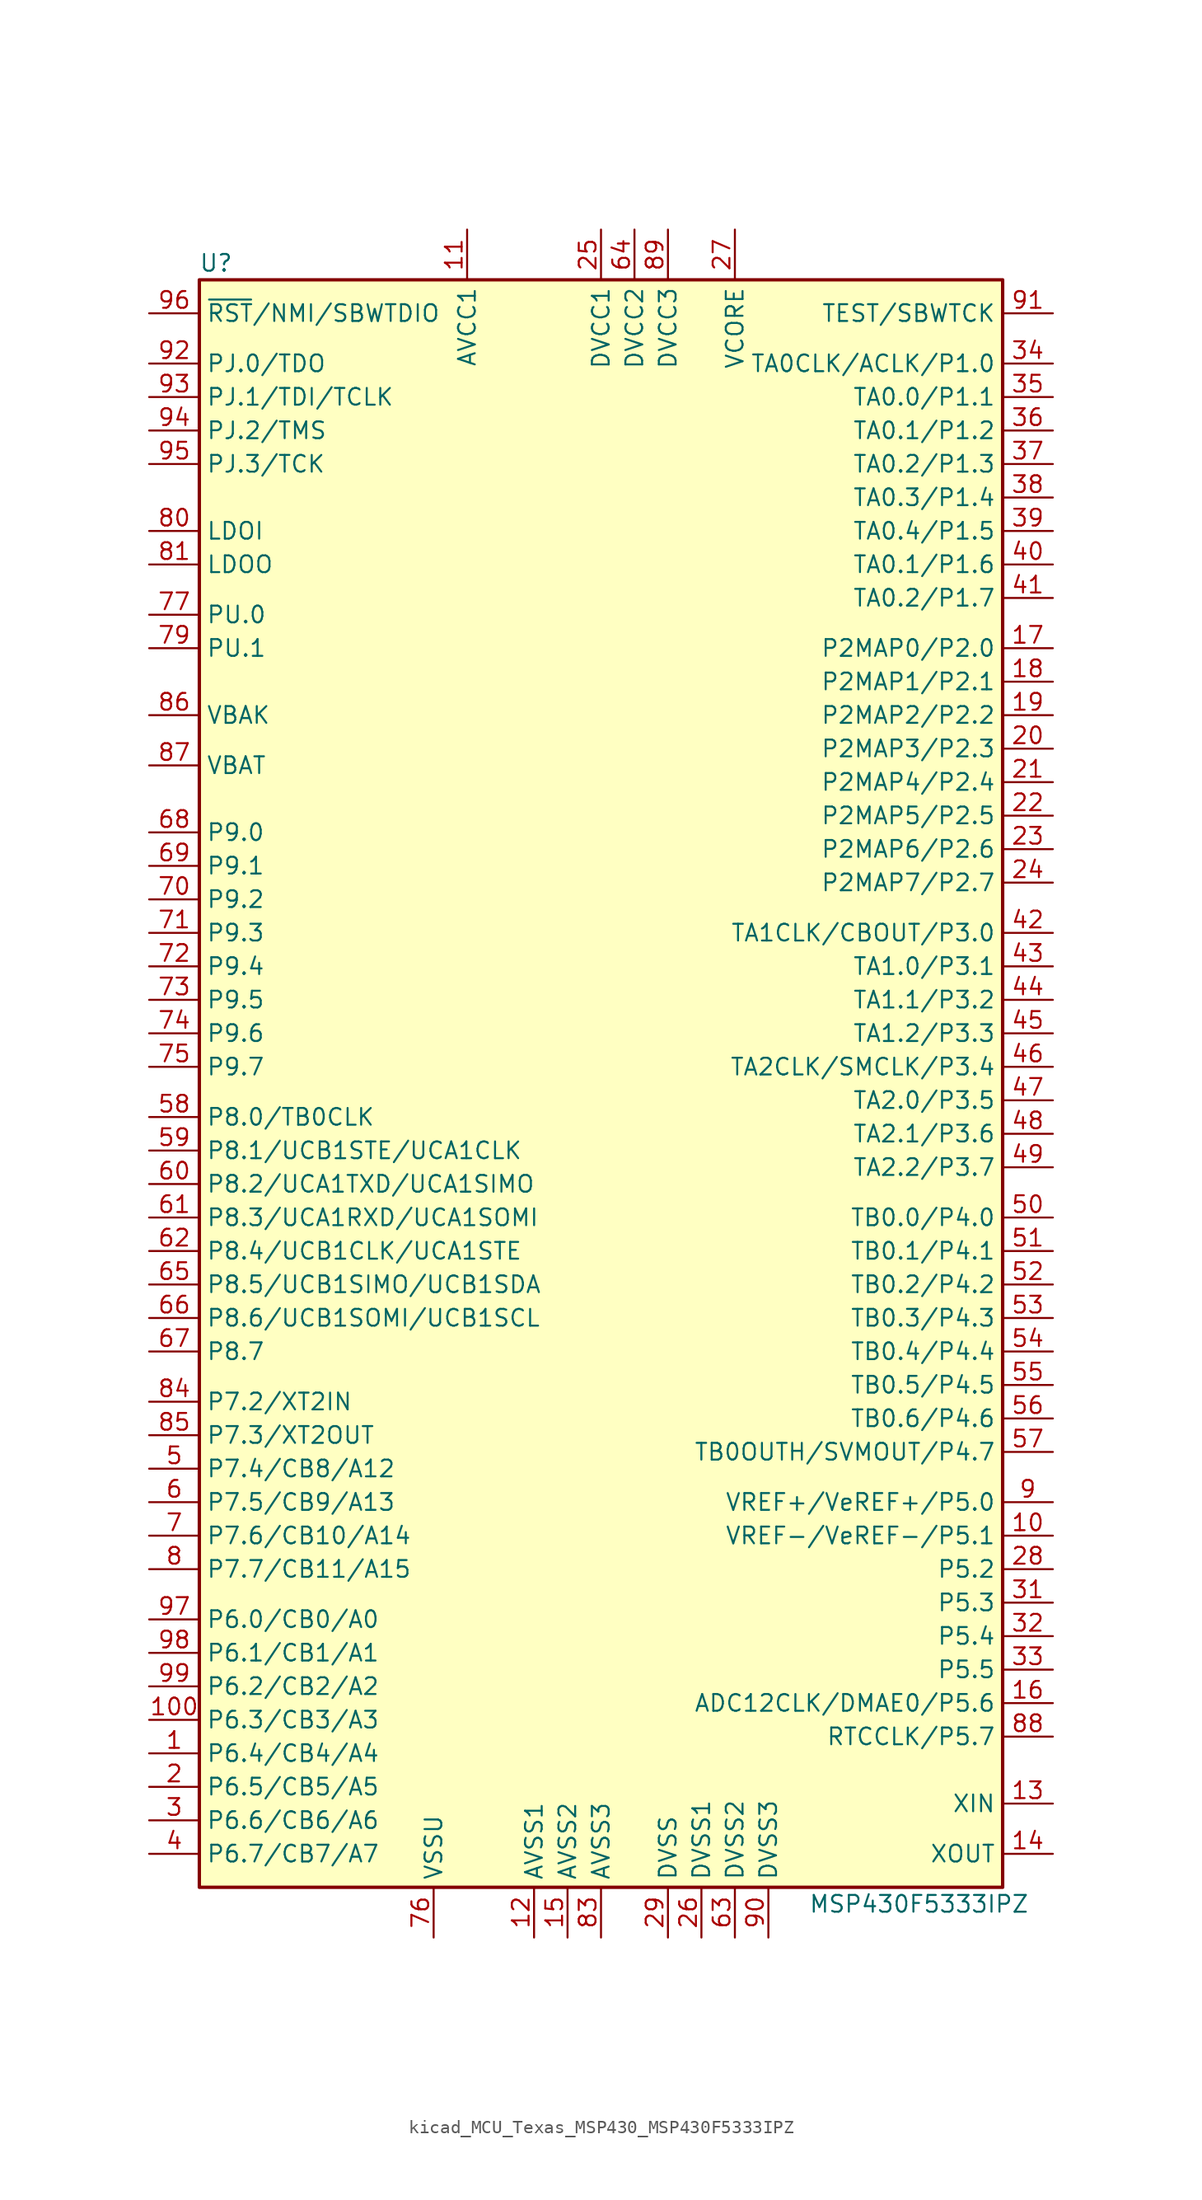
<source format=kicad_sym>
(kicad_symbol_lib
  (version 20220914)
  (generator kicad_symbol_editor)
  (symbol "kicad_MCU_Texas_MSP430_MSP430F5333IPZ"
    (property "Reference" "U"
      (at -29.21 60.96 0)
      (effects (font (size 1.27 1.27))))
    (property "Value" "MSP430F5333IPZ"
      (at 24.13 -63.5 0)
      (effects (font (size 1.27 1.27))))
    (symbol "kicad_MCU_Texas_MSP430_MSP430F5333IPZ_0_1"
      (rectangle (start -30.48 59.69) (end 30.48 -62.23) (stroke (width 0.254) (type default)) (fill (type background))))
    (symbol "kicad_MCU_Texas_MSP430_MSP430F5333IPZ_1_1"
      (pin bidirectional line (at -34.29 -52.07 0) (length 3.81) (name "P6.4/CB4/A4" (effects (font (size 1.27 1.27)))) (number "1" (effects (font (size 1.27 1.27)))))
      (pin bidirectional line (at 34.29 -35.56 180) (length 3.81) (name "VREF-/VeREF-/P5.1" (effects (font (size 1.27 1.27)))) (number "10" (effects (font (size 1.27 1.27)))))
      (pin bidirectional line (at -34.29 -49.53 0) (length 3.81) (name "P6.3/CB3/A3" (effects (font (size 1.27 1.27)))) (number "100" (effects (font (size 1.27 1.27)))))
      (pin power_in line (at -10.16 63.5 270) (length 3.81) (name "AVCC1" (effects (font (size 1.27 1.27)))) (number "11" (effects (font (size 1.27 1.27)))))
      (pin power_in line (at -5.08 -66.04 90) (length 3.81) (name "AVSS1" (effects (font (size 1.27 1.27)))) (number "12" (effects (font (size 1.27 1.27)))))
      (pin bidirectional line (at 34.29 -55.88 180) (length 3.81) (name "XIN" (effects (font (size 1.27 1.27)))) (number "13" (effects (font (size 1.27 1.27)))))
      (pin bidirectional line (at 34.29 -59.69 180) (length 3.81) (name "XOUT" (effects (font (size 1.27 1.27)))) (number "14" (effects (font (size 1.27 1.27)))))
      (pin power_in line (at -2.54 -66.04 90) (length 3.81) (name "AVSS2" (effects (font (size 1.27 1.27)))) (number "15" (effects (font (size 1.27 1.27)))))
      (pin bidirectional line (at 34.29 -48.26 180) (length 3.81) (name "ADC12CLK/DMAE0/P5.6" (effects (font (size 1.27 1.27)))) (number "16" (effects (font (size 1.27 1.27)))))
      (pin bidirectional line (at 34.29 31.75 180) (length 3.81) (name "P2MAP0/P2.0" (effects (font (size 1.27 1.27)))) (number "17" (effects (font (size 1.27 1.27)))))
      (pin bidirectional line (at 34.29 29.21 180) (length 3.81) (name "P2MAP1/P2.1" (effects (font (size 1.27 1.27)))) (number "18" (effects (font (size 1.27 1.27)))))
      (pin bidirectional line (at 34.29 26.67 180) (length 3.81) (name "P2MAP2/P2.2" (effects (font (size 1.27 1.27)))) (number "19" (effects (font (size 1.27 1.27)))))
      (pin bidirectional line (at -34.29 -54.61 0) (length 3.81) (name "P6.5/CB5/A5" (effects (font (size 1.27 1.27)))) (number "2" (effects (font (size 1.27 1.27)))))
      (pin bidirectional line (at 34.29 24.13 180) (length 3.81) (name "P2MAP3/P2.3" (effects (font (size 1.27 1.27)))) (number "20" (effects (font (size 1.27 1.27)))))
      (pin bidirectional line (at 34.29 21.59 180) (length 3.81) (name "P2MAP4/P2.4" (effects (font (size 1.27 1.27)))) (number "21" (effects (font (size 1.27 1.27)))))
      (pin bidirectional line (at 34.29 19.05 180) (length 3.81) (name "P2MAP5/P2.5" (effects (font (size 1.27 1.27)))) (number "22" (effects (font (size 1.27 1.27)))))
      (pin bidirectional line (at 34.29 16.51 180) (length 3.81) (name "P2MAP6/P2.6" (effects (font (size 1.27 1.27)))) (number "23" (effects (font (size 1.27 1.27)))))
      (pin bidirectional line (at 34.29 13.97 180) (length 3.81) (name "P2MAP7/P2.7" (effects (font (size 1.27 1.27)))) (number "24" (effects (font (size 1.27 1.27)))))
      (pin power_in line (at 0 63.5 270) (length 3.81) (name "DVCC1" (effects (font (size 1.27 1.27)))) (number "25" (effects (font (size 1.27 1.27)))))
      (pin power_in line (at 7.62 -66.04 90) (length 3.81) (name "DVSS1" (effects (font (size 1.27 1.27)))) (number "26" (effects (font (size 1.27 1.27)))))
      (pin bidirectional line (at 10.16 63.5 270) (length 3.81) (name "VCORE" (effects (font (size 1.27 1.27)))) (number "27" (effects (font (size 1.27 1.27)))))
      (pin bidirectional line (at 34.29 -38.1 180) (length 3.81) (name "P5.2" (effects (font (size 1.27 1.27)))) (number "28" (effects (font (size 1.27 1.27)))))
      (pin power_in line (at 5.08 -66.04 90) (length 3.81) (name "DVSS" (effects (font (size 1.27 1.27)))) (number "29" (effects (font (size 1.27 1.27)))))
      (pin bidirectional line (at -34.29 -57.15 0) (length 3.81) (name "P6.6/CB6/A6" (effects (font (size 1.27 1.27)))) (number "3" (effects (font (size 1.27 1.27)))))
      (pin bidirectional line (at 34.29 -40.64 180) (length 3.81) (name "P5.3" (effects (font (size 1.27 1.27)))) (number "31" (effects (font (size 1.27 1.27)))))
      (pin bidirectional line (at 34.29 -43.18 180) (length 3.81) (name "P5.4" (effects (font (size 1.27 1.27)))) (number "32" (effects (font (size 1.27 1.27)))))
      (pin bidirectional line (at 34.29 -45.72 180) (length 3.81) (name "P5.5" (effects (font (size 1.27 1.27)))) (number "33" (effects (font (size 1.27 1.27)))))
      (pin bidirectional line (at 34.29 53.34 180) (length 3.81) (name "TA0CLK/ACLK/P1.0" (effects (font (size 1.27 1.27)))) (number "34" (effects (font (size 1.27 1.27)))))
      (pin bidirectional line (at 34.29 50.8 180) (length 3.81) (name "TA0.0/P1.1" (effects (font (size 1.27 1.27)))) (number "35" (effects (font (size 1.27 1.27)))))
      (pin bidirectional line (at 34.29 48.26 180) (length 3.81) (name "TA0.1/P1.2" (effects (font (size 1.27 1.27)))) (number "36" (effects (font (size 1.27 1.27)))))
      (pin bidirectional line (at 34.29 45.72 180) (length 3.81) (name "TA0.2/P1.3" (effects (font (size 1.27 1.27)))) (number "37" (effects (font (size 1.27 1.27)))))
      (pin bidirectional line (at 34.29 43.18 180) (length 3.81) (name "TA0.3/P1.4" (effects (font (size 1.27 1.27)))) (number "38" (effects (font (size 1.27 1.27)))))
      (pin bidirectional line (at 34.29 40.64 180) (length 3.81) (name "TA0.4/P1.5" (effects (font (size 1.27 1.27)))) (number "39" (effects (font (size 1.27 1.27)))))
      (pin bidirectional line (at -34.29 -59.69 0) (length 3.81) (name "P6.7/CB7/A7" (effects (font (size 1.27 1.27)))) (number "4" (effects (font (size 1.27 1.27)))))
      (pin bidirectional line (at 34.29 38.1 180) (length 3.81) (name "TA0.1/P1.6" (effects (font (size 1.27 1.27)))) (number "40" (effects (font (size 1.27 1.27)))))
      (pin bidirectional line (at 34.29 35.56 180) (length 3.81) (name "TA0.2/P1.7" (effects (font (size 1.27 1.27)))) (number "41" (effects (font (size 1.27 1.27)))))
      (pin bidirectional line (at 34.29 10.16 180) (length 3.81) (name "TA1CLK/CBOUT/P3.0" (effects (font (size 1.27 1.27)))) (number "42" (effects (font (size 1.27 1.27)))))
      (pin bidirectional line (at 34.29 7.62 180) (length 3.81) (name "TA1.0/P3.1" (effects (font (size 1.27 1.27)))) (number "43" (effects (font (size 1.27 1.27)))))
      (pin bidirectional line (at 34.29 5.08 180) (length 3.81) (name "TA1.1/P3.2" (effects (font (size 1.27 1.27)))) (number "44" (effects (font (size 1.27 1.27)))))
      (pin bidirectional line (at 34.29 2.54 180) (length 3.81) (name "TA1.2/P3.3" (effects (font (size 1.27 1.27)))) (number "45" (effects (font (size 1.27 1.27)))))
      (pin bidirectional line (at 34.29 0 180) (length 3.81) (name "TA2CLK/SMCLK/P3.4" (effects (font (size 1.27 1.27)))) (number "46" (effects (font (size 1.27 1.27)))))
      (pin bidirectional line (at 34.29 -2.54 180) (length 3.81) (name "TA2.0/P3.5" (effects (font (size 1.27 1.27)))) (number "47" (effects (font (size 1.27 1.27)))))
      (pin bidirectional line (at 34.29 -5.08 180) (length 3.81) (name "TA2.1/P3.6" (effects (font (size 1.27 1.27)))) (number "48" (effects (font (size 1.27 1.27)))))
      (pin bidirectional line (at 34.29 -7.62 180) (length 3.81) (name "TA2.2/P3.7" (effects (font (size 1.27 1.27)))) (number "49" (effects (font (size 1.27 1.27)))))
      (pin bidirectional line (at -34.29 -30.48 0) (length 3.81) (name "P7.4/CB8/A12" (effects (font (size 1.27 1.27)))) (number "5" (effects (font (size 1.27 1.27)))))
      (pin bidirectional line (at 34.29 -11.43 180) (length 3.81) (name "TB0.0/P4.0" (effects (font (size 1.27 1.27)))) (number "50" (effects (font (size 1.27 1.27)))))
      (pin bidirectional line (at 34.29 -13.97 180) (length 3.81) (name "TB0.1/P4.1" (effects (font (size 1.27 1.27)))) (number "51" (effects (font (size 1.27 1.27)))))
      (pin bidirectional line (at 34.29 -16.51 180) (length 3.81) (name "TB0.2/P4.2" (effects (font (size 1.27 1.27)))) (number "52" (effects (font (size 1.27 1.27)))))
      (pin bidirectional line (at 34.29 -19.05 180) (length 3.81) (name "TB0.3/P4.3" (effects (font (size 1.27 1.27)))) (number "53" (effects (font (size 1.27 1.27)))))
      (pin bidirectional line (at 34.29 -21.59 180) (length 3.81) (name "TB0.4/P4.4" (effects (font (size 1.27 1.27)))) (number "54" (effects (font (size 1.27 1.27)))))
      (pin bidirectional line (at 34.29 -24.13 180) (length 3.81) (name "TB0.5/P4.5" (effects (font (size 1.27 1.27)))) (number "55" (effects (font (size 1.27 1.27)))))
      (pin bidirectional line (at 34.29 -26.67 180) (length 3.81) (name "TB0.6/P4.6" (effects (font (size 1.27 1.27)))) (number "56" (effects (font (size 1.27 1.27)))))
      (pin bidirectional line (at 34.29 -29.21 180) (length 3.81) (name "TB0OUTH/SVMOUT/P4.7" (effects (font (size 1.27 1.27)))) (number "57" (effects (font (size 1.27 1.27)))))
      (pin bidirectional line (at -34.29 -3.81 0) (length 3.81) (name "P8.0/TB0CLK" (effects (font (size 1.27 1.27)))) (number "58" (effects (font (size 1.27 1.27)))))
      (pin bidirectional line (at -34.29 -6.35 0) (length 3.81) (name "P8.1/UCB1STE/UCA1CLK" (effects (font (size 1.27 1.27)))) (number "59" (effects (font (size 1.27 1.27)))))
      (pin bidirectional line (at -34.29 -33.02 0) (length 3.81) (name "P7.5/CB9/A13" (effects (font (size 1.27 1.27)))) (number "6" (effects (font (size 1.27 1.27)))))
      (pin bidirectional line (at -34.29 -8.89 0) (length 3.81) (name "P8.2/UCA1TXD/UCA1SIMO" (effects (font (size 1.27 1.27)))) (number "60" (effects (font (size 1.27 1.27)))))
      (pin bidirectional line (at -34.29 -11.43 0) (length 3.81) (name "P8.3/UCA1RXD/UCA1SOMI" (effects (font (size 1.27 1.27)))) (number "61" (effects (font (size 1.27 1.27)))))
      (pin bidirectional line (at -34.29 -13.97 0) (length 3.81) (name "P8.4/UCB1CLK/UCA1STE" (effects (font (size 1.27 1.27)))) (number "62" (effects (font (size 1.27 1.27)))))
      (pin power_in line (at 10.16 -66.04 90) (length 3.81) (name "DVSS2" (effects (font (size 1.27 1.27)))) (number "63" (effects (font (size 1.27 1.27)))))
      (pin power_in line (at 2.54 63.5 270) (length 3.81) (name "DVCC2" (effects (font (size 1.27 1.27)))) (number "64" (effects (font (size 1.27 1.27)))))
      (pin bidirectional line (at -34.29 -16.51 0) (length 3.81) (name "P8.5/UCB1SIMO/UCB1SDA" (effects (font (size 1.27 1.27)))) (number "65" (effects (font (size 1.27 1.27)))))
      (pin bidirectional line (at -34.29 -19.05 0) (length 3.81) (name "P8.6/UCB1SOMI/UCB1SCL" (effects (font (size 1.27 1.27)))) (number "66" (effects (font (size 1.27 1.27)))))
      (pin bidirectional line (at -34.29 -21.59 0) (length 3.81) (name "P8.7" (effects (font (size 1.27 1.27)))) (number "67" (effects (font (size 1.27 1.27)))))
      (pin bidirectional line (at -34.29 17.78 0) (length 3.81) (name "P9.0" (effects (font (size 1.27 1.27)))) (number "68" (effects (font (size 1.27 1.27)))))
      (pin bidirectional line (at -34.29 15.24 0) (length 3.81) (name "P9.1" (effects (font (size 1.27 1.27)))) (number "69" (effects (font (size 1.27 1.27)))))
      (pin bidirectional line (at -34.29 -35.56 0) (length 3.81) (name "P7.6/CB10/A14" (effects (font (size 1.27 1.27)))) (number "7" (effects (font (size 1.27 1.27)))))
      (pin bidirectional line (at -34.29 12.7 0) (length 3.81) (name "P9.2" (effects (font (size 1.27 1.27)))) (number "70" (effects (font (size 1.27 1.27)))))
      (pin bidirectional line (at -34.29 10.16 0) (length 3.81) (name "P9.3" (effects (font (size 1.27 1.27)))) (number "71" (effects (font (size 1.27 1.27)))))
      (pin bidirectional line (at -34.29 7.62 0) (length 3.81) (name "P9.4" (effects (font (size 1.27 1.27)))) (number "72" (effects (font (size 1.27 1.27)))))
      (pin bidirectional line (at -34.29 5.08 0) (length 3.81) (name "P9.5" (effects (font (size 1.27 1.27)))) (number "73" (effects (font (size 1.27 1.27)))))
      (pin bidirectional line (at -34.29 2.54 0) (length 3.81) (name "P9.6" (effects (font (size 1.27 1.27)))) (number "74" (effects (font (size 1.27 1.27)))))
      (pin bidirectional line (at -34.29 0 0) (length 3.81) (name "P9.7" (effects (font (size 1.27 1.27)))) (number "75" (effects (font (size 1.27 1.27)))))
      (pin power_in line (at -12.7 -66.04 90) (length 3.81) (name "VSSU" (effects (font (size 1.27 1.27)))) (number "76" (effects (font (size 1.27 1.27)))))
      (pin bidirectional line (at -34.29 34.29 0) (length 3.81) (name "PU.0" (effects (font (size 1.27 1.27)))) (number "77" (effects (font (size 1.27 1.27)))))
      (pin bidirectional line (at -34.29 31.75 0) (length 3.81) (name "PU.1" (effects (font (size 1.27 1.27)))) (number "79" (effects (font (size 1.27 1.27)))))
      (pin bidirectional line (at -34.29 -38.1 0) (length 3.81) (name "P7.7/CB11/A15" (effects (font (size 1.27 1.27)))) (number "8" (effects (font (size 1.27 1.27)))))
      (pin bidirectional line (at -34.29 40.64 0) (length 3.81) (name "LDOI" (effects (font (size 1.27 1.27)))) (number "80" (effects (font (size 1.27 1.27)))))
      (pin bidirectional line (at -34.29 38.1 0) (length 3.81) (name "LDOO" (effects (font (size 1.27 1.27)))) (number "81" (effects (font (size 1.27 1.27)))))
      (pin power_in line (at 0 -66.04 90) (length 3.81) (name "AVSS3" (effects (font (size 1.27 1.27)))) (number "83" (effects (font (size 1.27 1.27)))))
      (pin bidirectional line (at -34.29 -25.4 0) (length 3.81) (name "P7.2/XT2IN" (effects (font (size 1.27 1.27)))) (number "84" (effects (font (size 1.27 1.27)))))
      (pin bidirectional line (at -34.29 -27.94 0) (length 3.81) (name "P7.3/XT2OUT" (effects (font (size 1.27 1.27)))) (number "85" (effects (font (size 1.27 1.27)))))
      (pin bidirectional line (at -34.29 26.67 0) (length 3.81) (name "VBAK" (effects (font (size 1.27 1.27)))) (number "86" (effects (font (size 1.27 1.27)))))
      (pin bidirectional line (at -34.29 22.86 0) (length 3.81) (name "VBAT" (effects (font (size 1.27 1.27)))) (number "87" (effects (font (size 1.27 1.27)))))
      (pin bidirectional line (at 34.29 -50.8 180) (length 3.81) (name "RTCCLK/P5.7" (effects (font (size 1.27 1.27)))) (number "88" (effects (font (size 1.27 1.27)))))
      (pin power_in line (at 5.08 63.5 270) (length 3.81) (name "DVCC3" (effects (font (size 1.27 1.27)))) (number "89" (effects (font (size 1.27 1.27)))))
      (pin bidirectional line (at 34.29 -33.02 180) (length 3.81) (name "VREF+/VeREF+/P5.0" (effects (font (size 1.27 1.27)))) (number "9" (effects (font (size 1.27 1.27)))))
      (pin power_in line (at 12.7 -66.04 90) (length 3.81) (name "DVSS3" (effects (font (size 1.27 1.27)))) (number "90" (effects (font (size 1.27 1.27)))))
      (pin input line (at 34.29 57.15 180) (length 3.81) (name "TEST/SBWTCK" (effects (font (size 1.27 1.27)))) (number "91" (effects (font (size 1.27 1.27)))))
      (pin bidirectional line (at -34.29 53.34 0) (length 3.81) (name "PJ.0/TDO" (effects (font (size 1.27 1.27)))) (number "92" (effects (font (size 1.27 1.27)))))
      (pin bidirectional line (at -34.29 50.8 0) (length 3.81) (name "PJ.1/TDI/TCLK" (effects (font (size 1.27 1.27)))) (number "93" (effects (font (size 1.27 1.27)))))
      (pin bidirectional line (at -34.29 48.26 0) (length 3.81) (name "PJ.2/TMS" (effects (font (size 1.27 1.27)))) (number "94" (effects (font (size 1.27 1.27)))))
      (pin bidirectional line (at -34.29 45.72 0) (length 3.81) (name "PJ.3/TCK" (effects (font (size 1.27 1.27)))) (number "95" (effects (font (size 1.27 1.27)))))
      (pin input line (at -34.29 57.15 0) (length 3.81) (name "~{RST}/NMI/SBWTDIO" (effects (font (size 1.27 1.27)))) (number "96" (effects (font (size 1.27 1.27)))))
      (pin bidirectional line (at -34.29 -41.91 0) (length 3.81) (name "P6.0/CB0/A0" (effects (font (size 1.27 1.27)))) (number "97" (effects (font (size 1.27 1.27)))))
      (pin bidirectional line (at -34.29 -44.45 0) (length 3.81) (name "P6.1/CB1/A1" (effects (font (size 1.27 1.27)))) (number "98" (effects (font (size 1.27 1.27)))))
      (pin bidirectional line (at -34.29 -46.99 0) (length 3.81) (name "P6.2/CB2/A2" (effects (font (size 1.27 1.27)))) (number "99" (effects (font (size 1.27 1.27))))))))
</source>
